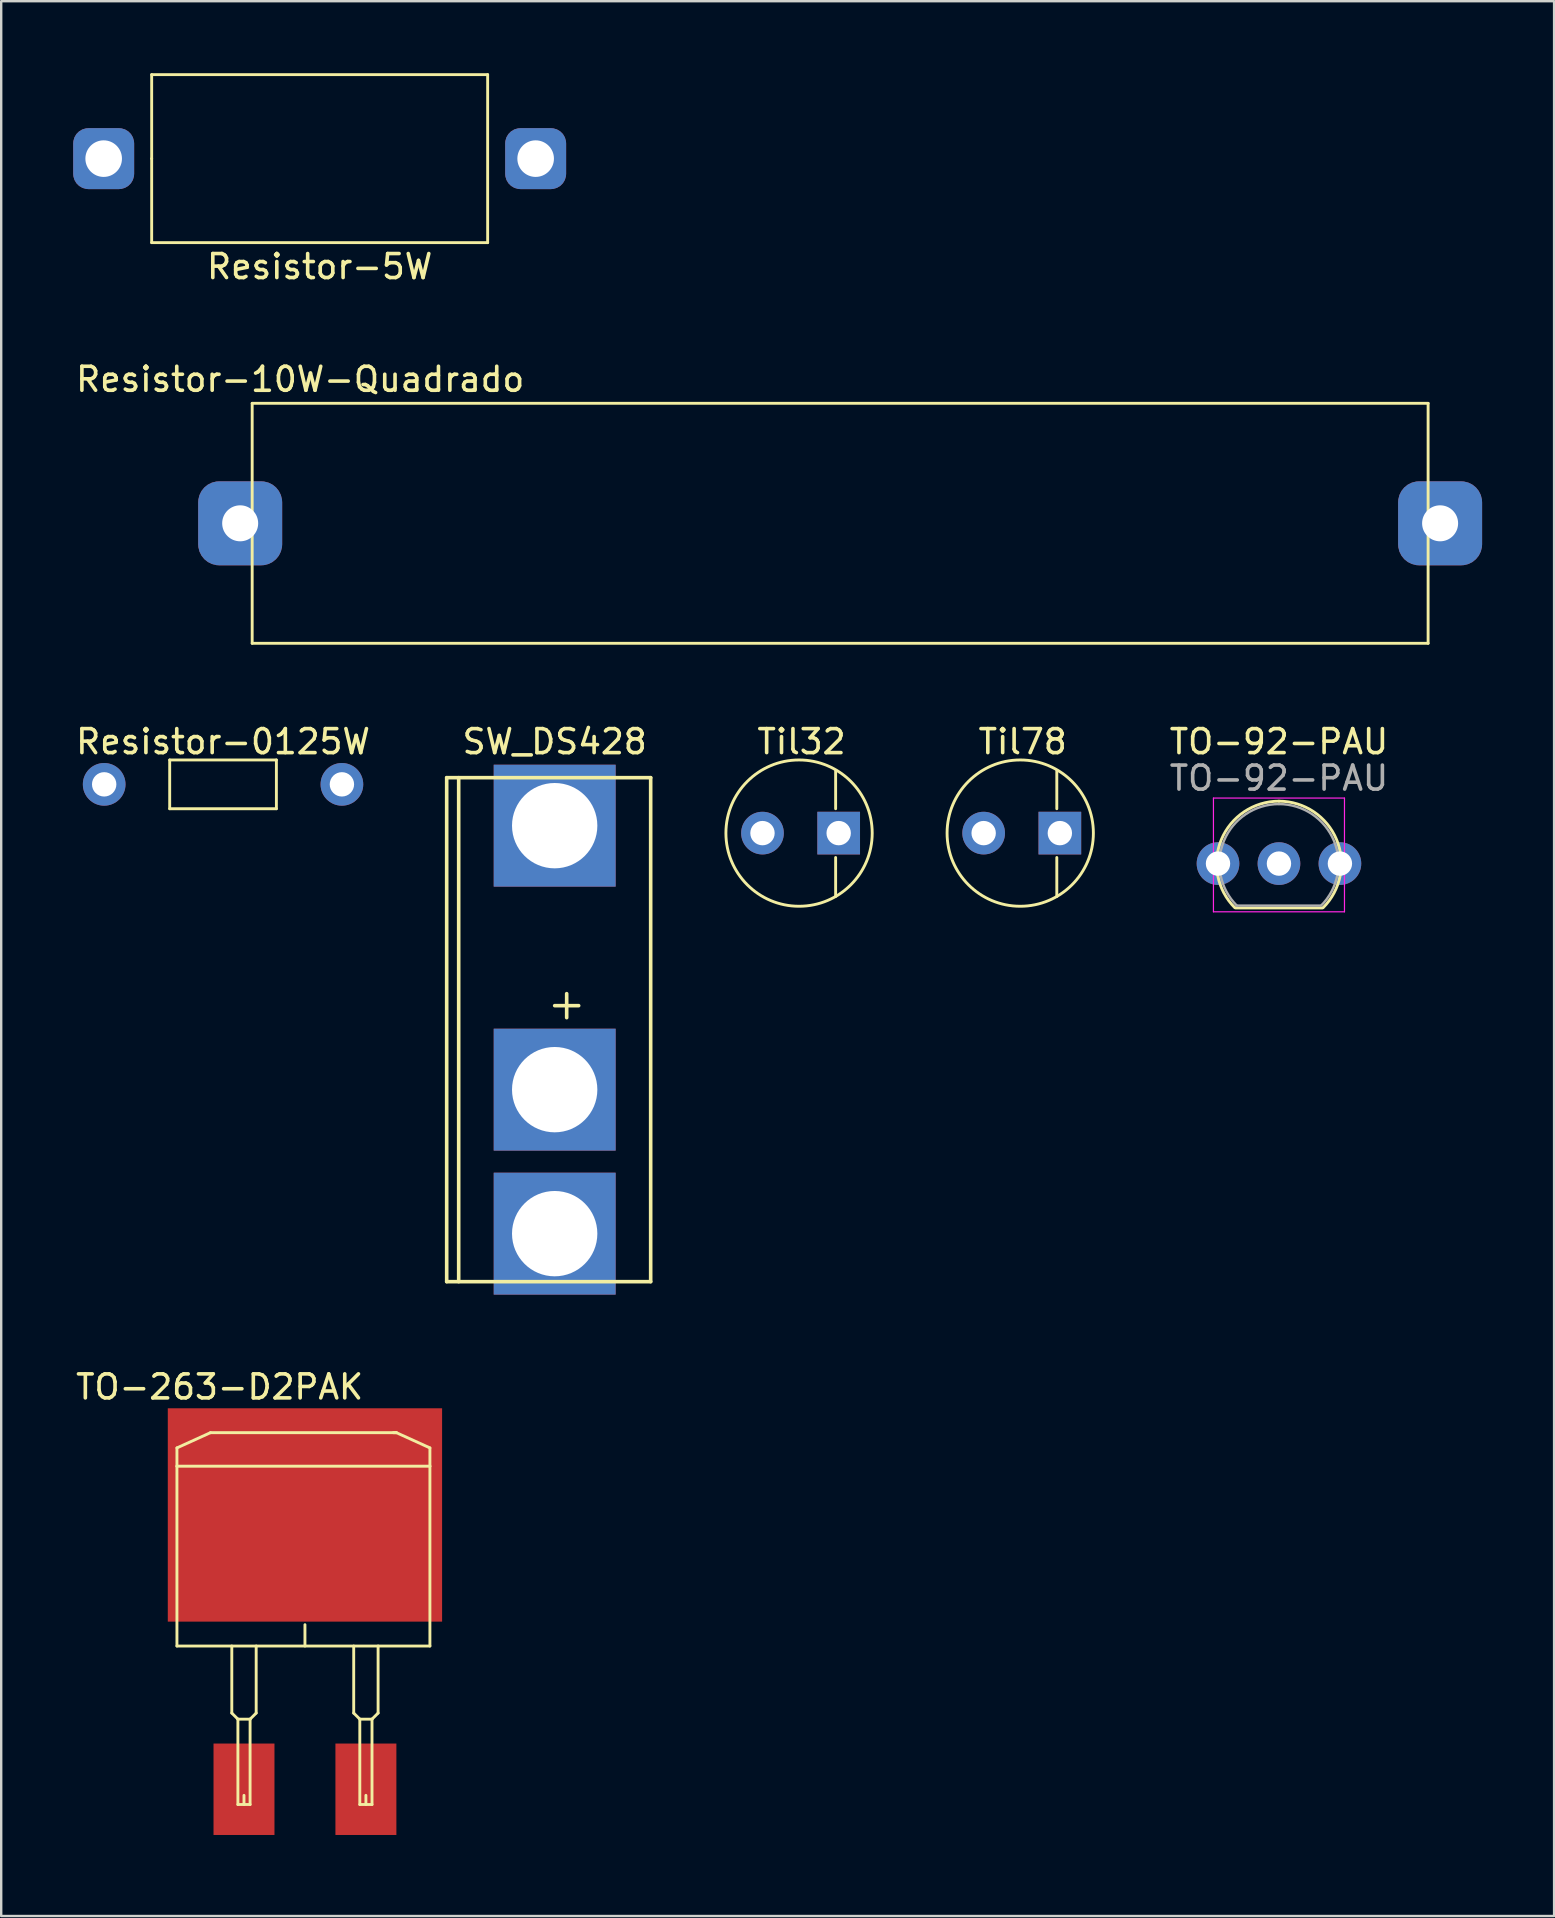
<source format=kicad_pcb>
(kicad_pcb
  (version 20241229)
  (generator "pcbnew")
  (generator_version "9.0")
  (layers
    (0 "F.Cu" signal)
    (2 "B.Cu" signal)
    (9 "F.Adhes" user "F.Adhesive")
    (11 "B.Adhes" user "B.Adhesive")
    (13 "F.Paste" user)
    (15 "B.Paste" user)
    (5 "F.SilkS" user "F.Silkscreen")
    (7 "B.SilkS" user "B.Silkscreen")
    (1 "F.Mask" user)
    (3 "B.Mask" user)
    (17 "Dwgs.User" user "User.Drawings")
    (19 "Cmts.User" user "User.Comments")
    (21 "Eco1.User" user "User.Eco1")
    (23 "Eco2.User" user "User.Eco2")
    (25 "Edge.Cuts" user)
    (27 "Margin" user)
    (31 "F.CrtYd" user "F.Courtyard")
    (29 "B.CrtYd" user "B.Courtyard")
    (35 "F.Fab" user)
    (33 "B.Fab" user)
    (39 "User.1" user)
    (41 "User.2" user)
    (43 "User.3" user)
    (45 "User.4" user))
  (footprint "TO-92-PAU"
    (layer "F.Cu")
    (at 50.243 32.935)
    (property "Reference" "TO-92-PAU" (at 0 -5.08 0) (layer "F.SilkS") (effects (font (size 1 1) (thickness 0.15))))
    (attr through_hole)
    (fp_line (start -1.8 1.85) (end 1.8 1.85) (stroke (width 0.12) (type solid)) (layer "F.SilkS"))
    (fp_arc (start -1.838478 1.838478) (mid -2.402087 -0.994977) (end 0 -2.6) (stroke (width 0.12) (type solid)) (layer "F.SilkS"))
    (fp_arc (start 0 -2.6) (mid 2.402087 -0.994977) (end 1.838478 1.838478) (stroke (width 0.12) (type solid)) (layer "F.SilkS"))
    (fp_line (start -2.73 -2.73) (end -2.73 2.01) (stroke (width 0.05) (type solid)) (layer "F.CrtYd"))
    (fp_line (start -2.73 -2.73) (end 2.73 -2.73) (stroke (width 0.05) (type solid)) (layer "F.CrtYd"))
    (fp_line (start 2.73 2.01) (end -2.73 2.01) (stroke (width 0.05) (type solid)) (layer "F.CrtYd"))
    (fp_line (start 2.73 2.01) (end 2.73 -2.73) (stroke (width 0.05) (type solid)) (layer "F.CrtYd"))
    (fp_line (start -1.77 1.75) (end 1.73 1.75) (stroke (width 0.1) (type solid)) (layer "F.Fab"))
    (fp_arc (start -1.753625 1.753625) (mid -2.291221 -0.949055) (end 0 -2.48) (stroke (width 0.1) (type solid)) (layer "F.Fab"))
    (fp_arc (start 0 -2.48) (mid 2.291221 -0.949055) (end 1.753625 1.753625) (stroke (width 0.1) (type solid)) (layer "F.Fab"))
    (fp_text user "${REFERENCE}" (at 0 -3.56 0) (layer "F.Fab") (effects (font (size 1 1) (thickness 0.15))))
    (pad "1" thru_hole circle (at -2.54 0 90) (size 1.778 1.778) (drill 1.016) (layers "*.Cu" "*.Mask"))
    (pad "2" thru_hole circle (at 0 0 90) (size 1.778 1.778) (drill 1.016) (layers "*.Cu" "*.Mask"))
    (pad "3" thru_hole circle (at 2.54 0 90) (size 1.778 1.778) (drill 1.016) (layers "*.Cu" "*.Mask")))
  (footprint "Resistor-0125W"
    (layer "F.Cu")
    (at 6.244 29.633)
    (property "Reference" "Resistor-0125W" (at 0 -1.778 0) (layer "F.SilkS") (effects (font (size 1 1) (thickness 0.15))))
    (attr through_hole)
    (fp_line (start -2.223 -1.016) (end 2.223 -1.016) (stroke (width 0.12) (type solid)) (layer "F.SilkS"))
    (fp_line (start -2.223 1.016) (end -2.223 -1.016) (stroke (width 0.12) (type solid)) (layer "F.SilkS"))
    (fp_line (start -2.223 1.016) (end 2.223 1.016) (stroke (width 0.12) (type solid)) (layer "F.SilkS"))
    (fp_line (start 2.223 -1.016) (end 2.223 1.016) (stroke (width 0.12) (type solid)) (layer "F.SilkS"))
    (pad "1" thru_hole circle (at -4.953 0) (size 1.778 1.778) (drill 1.016) (layers "*.Cu" "*.Mask"))
    (pad "2" thru_hole circle (at 4.953 0) (size 1.778 1.778) (drill 1.016) (layers "*.Cu" "*.Mask")))
  (footprint "TO-263-D2PAK"
    (layer "F.Cu")
    (at 3.942 73.539)
    (property "Reference" "TO-263-D2PAK" (at 2.159 -18.796 0) (layer "F.SilkS") (effects (font (size 1 1) (thickness 0.15))))
    (attr through_hole)
    (fp_line (start 0.381 -16.256) (end 1.778 -16.891) (stroke (width 0.12) (type solid)) (layer "F.SilkS"))
    (fp_line (start 0.381 -15.494) (end 0.381 -16.256) (stroke (width 0.12) (type solid)) (layer "F.SilkS"))
    (fp_line (start 0.381 -15.494) (end 10.922 -15.494) (stroke (width 0.12) (type solid)) (layer "F.SilkS"))
    (fp_line (start 0.381 -8.001) (end 0.381 -15.494) (stroke (width 0.12) (type solid)) (layer "F.SilkS"))
    (fp_line (start 0.381 -8.001) (end 10.922 -8.001) (stroke (width 0.12) (type solid)) (layer "F.SilkS"))
    (fp_line (start 1.778 -16.891) (end 9.525 -16.891) (stroke (width 0.12) (type solid)) (layer "F.SilkS"))
    (fp_line (start 2.667 -8.001) (end 2.667 -5.207) (stroke (width 0.12) (type solid)) (layer "F.SilkS"))
    (fp_line (start 2.667 -5.207) (end 2.921 -4.953) (stroke (width 0.12) (type solid)) (layer "F.SilkS"))
    (fp_line (start 2.921 -4.953) (end 2.921 -1.397) (stroke (width 0.12) (type solid)) (layer "F.SilkS"))
    (fp_line (start 2.921 -4.953) (end 3.429 -4.953) (stroke (width 0.12) (type solid)) (layer "F.SilkS"))
    (fp_line (start 2.921 -1.397) (end 3.429 -1.397) (stroke (width 0.12) (type solid)) (layer "F.SilkS"))
    (fp_line (start 3.175 -1.397) (end 3.175 -1.778) (stroke (width 0.12) (type solid)) (layer "F.SilkS"))
    (fp_line (start 3.429 -1.397) (end 3.429 -4.953) (stroke (width 0.12) (type solid)) (layer "F.SilkS"))
    (fp_line (start 3.683 -5.207) (end 3.429 -4.953) (stroke (width 0.12) (type solid)) (layer "F.SilkS"))
    (fp_line (start 3.683 -5.207) (end 3.683 -8.001) (stroke (width 0.12) (type solid)) (layer "F.SilkS"))
    (fp_line (start 5.715 -8.001) (end 5.715 -8.89) (stroke (width 0.12) (type solid)) (layer "F.SilkS"))
    (fp_line (start 7.747 -8.001) (end 7.747 -5.207) (stroke (width 0.12) (type solid)) (layer "F.SilkS"))
    (fp_line (start 7.747 -5.207) (end 8.001 -4.953) (stroke (width 0.12) (type solid)) (layer "F.SilkS"))
    (fp_line (start 8.001 -4.953) (end 8.001 -1.397) (stroke (width 0.12) (type solid)) (layer "F.SilkS"))
    (fp_line (start 8.001 -4.953) (end 8.509 -4.953) (stroke (width 0.12) (type solid)) (layer "F.SilkS"))
    (fp_line (start 8.001 -1.397) (end 8.509 -1.397) (stroke (width 0.12) (type solid)) (layer "F.SilkS"))
    (fp_line (start 8.255 -1.778) (end 8.255 -1.397) (stroke (width 0.12) (type solid)) (layer "F.SilkS"))
    (fp_line (start 8.509 -1.397) (end 8.509 -4.953) (stroke (width 0.12) (type solid)) (layer "F.SilkS"))
    (fp_line (start 8.763 -5.207) (end 8.509 -4.953) (stroke (width 0.12) (type solid)) (layer "F.SilkS"))
    (fp_line (start 8.763 -5.207) (end 8.763 -8.001) (stroke (width 0.12) (type solid)) (layer "F.SilkS"))
    (fp_line (start 9.525 -16.891) (end 9.398 -16.891) (stroke (width 0.12) (type solid)) (layer "F.SilkS"))
    (fp_line (start 10.922 -16.256) (end 9.525 -16.891) (stroke (width 0.12) (type solid)) (layer "F.SilkS"))
    (fp_line (start 10.922 -15.494) (end 10.922 -16.256) (stroke (width 0.12) (type solid)) (layer "F.SilkS"))
    (fp_line (start 10.922 -8.001) (end 10.922 -15.494) (stroke (width 0.12) (type solid)) (layer "F.SilkS"))
    (pad "1" smd rect (at 3.175 -2.032) (size 2.54 3.81) (layers "F.Cu" "F.Mask" "F.Paste"))
    (pad "2" smd rect (at 5.715 -13.462) (size 11.43 8.89) (layers "F.Cu" "F.Mask" "F.Paste"))
    (pad "3" smd rect (at 8.255 -2.032) (size 2.54 3.81) (layers "F.Cu" "F.Mask" "F.Paste")))
  (footprint "Resistor-10W-Quadrado"
    (layer "F.Cu")
    (at 7.458 23.756)
    (property "Reference" "Resistor-10W-Quadrado" (at 2 -11 0) (layer "F.SilkS") (effects (font (size 1 1) (thickness 0.15))))
    (attr through_hole)
    (fp_line (start 0 -10) (end 0 0) (stroke (width 0.12) (type solid)) (layer "F.SilkS"))
    (fp_line (start 0 0) (end 49 0) (stroke (width 0.12) (type solid)) (layer "F.SilkS"))
    (fp_line (start 49 -10) (end 0 -10) (stroke (width 0.12) (type solid)) (layer "F.SilkS"))
    (fp_line (start 49 0) (end 49 -10) (stroke (width 0.12) (type solid)) (layer "F.SilkS"))
    (pad "1" thru_hole roundrect (at -0.5 -5) (size 3.5 3.5) (drill 1.5) (layers "*.Cu" "*.Mask") (roundrect_rratio 0.25))
    (pad "2" thru_hole roundrect (at 49.5 -5) (size 3.5 3.5) (drill 1.5) (layers "*.Cu" "*.Mask") (roundrect_rratio 0.25)))
  (footprint "Til32"
    (layer "F.Cu")
    (at 28.722 31.665)
    (property "Reference" "Til32" (at 1.626 -3.81 0) (layer "F.SilkS") (effects (font (size 1 1) (thickness 0.15))))
    (attr through_hole)
    (fp_line (start 3.048 -2.591) (end 3.048 -1.016) (stroke (width 0.12) (type solid)) (layer "F.SilkS"))
    (fp_line (start 3.048 1.016) (end 3.048 2.642) (stroke (width 0.12) (type solid)) (layer "F.SilkS"))
    (fp_circle (center 1.524 0) (end 4.572 0) (stroke (width 0.12) (type solid)) (fill no) (layer "F.SilkS"))
    (pad "1" thru_hole rect (at 3.175 0) (size 1.778 1.778) (drill 1.016) (layers "*.Cu" "*.Mask"))
    (pad "2" thru_hole circle (at 0 0) (size 1.778 1.778) (drill 1.016) (layers "*.Cu" "*.Mask")))
  (footprint "Resistor-5W"
    (layer "F.Cu")
    (at 10.27 7.56)
    (property "Reference" "Resistor-5W" (at 0 0.5 0) (layer "F.SilkS") (effects (font (size 1 1) (thickness 0.15))))
    (attr through_hole)
    (fp_line (start -7 -7.5) (end 7 -7.5) (stroke (width 0.12) (type solid)) (layer "F.SilkS"))
    (fp_line (start -7 -4) (end -7 -7.5) (stroke (width 0.12) (type solid)) (layer "F.SilkS"))
    (fp_line (start -7 -0.5) (end -7 -4) (stroke (width 0.12) (type solid)) (layer "F.SilkS"))
    (fp_line (start 7 -7.5) (end 7 -0.5) (stroke (width 0.12) (type solid)) (layer "F.SilkS"))
    (fp_line (start 7 -0.5) (end -7 -0.5) (stroke (width 0.12) (type solid)) (layer "F.SilkS"))
    (pad "1" thru_hole roundrect (at -9 -4) (size 2.54 2.54) (drill 1.524) (layers "*.Cu" "*.Mask") (roundrect_rratio 0.25))
    (pad "2" thru_hole roundrect (at 9 -4) (size 2.54 2.54) (drill 1.524) (layers "*.Cu" "*.Mask") (roundrect_rratio 0.25)))
  (footprint "Til78"
    (layer "F.Cu")
    (at 37.938 31.665)
    (property "Reference" "Til78" (at 1.626 -3.81 0) (layer "F.SilkS") (effects (font (size 1 1) (thickness 0.15))))
    (attr through_hole)
    (fp_line (start 3.048 -2.591) (end 3.048 -1.016) (stroke (width 0.12) (type solid)) (layer "F.SilkS"))
    (fp_line (start 3.048 1.016) (end 3.048 2.642) (stroke (width 0.12) (type solid)) (layer "F.SilkS"))
    (fp_circle (center 1.524 0) (end 4.572 0) (stroke (width 0.12) (type solid)) (fill no) (layer "F.SilkS"))
    (pad "1" thru_hole rect (at 3.175 0) (size 1.778 1.778) (drill 1.016) (layers "*.Cu" "*.Mask"))
    (pad "2" thru_hole circle (at 0 0) (size 1.778 1.778) (drill 1.016) (layers "*.Cu" "*.Mask")))
  (footprint "SW_DS428"
    (layer "F.Cu")
    (at 20.063 48.355)
    (property "Reference" "SW_DS428" (at 0 -20.5 0) (layer "F.SilkS") (effects (font (size 1 1) (thickness 0.15))))
    (attr through_hole)
    (fp_line (start -4.5 -19) (end -4.5 2) (stroke (width 0.15) (type solid)) (layer "F.SilkS"))
    (fp_line (start -4.5 2) (end 4 2) (stroke (width 0.15) (type solid)) (layer "F.SilkS"))
    (fp_line (start -4 2) (end -4 -19) (stroke (width 0.15) (type solid)) (layer "F.SilkS"))
    (fp_line (start 0.5 -10) (end 0.5 -9) (stroke (width 0.15) (type solid)) (layer "F.SilkS"))
    (fp_line (start 1 -9.5) (end 0 -9.5) (stroke (width 0.15) (type solid)) (layer "F.SilkS"))
    (fp_line (start 4 -19) (end -4.5 -19) (stroke (width 0.15) (type solid)) (layer "F.SilkS"))
    (fp_line (start 4 2) (end 4 -19) (stroke (width 0.15) (type solid)) (layer "F.SilkS"))
    (pad "1" thru_hole rect (at 0 0) (size 5.08 5.08) (drill 3.556) (layers "*.Cu" "*.Mask"))
    (pad "2" thru_hole rect (at 0 -6) (size 5.08 5.08) (drill 3.556) (layers "*.Cu" "*.Mask"))
    (pad "3" thru_hole rect (at 0 -17) (size 5.08 5.08) (drill 3.556) (layers "*.Cu" "*.Mask")))
  (gr_rect
    (start -3 -3)
    (end 61.708 76.789)
    (stroke (width 0.1) (type default))
    (fill no)
    (layer "Edge.Cuts")))
</source>
